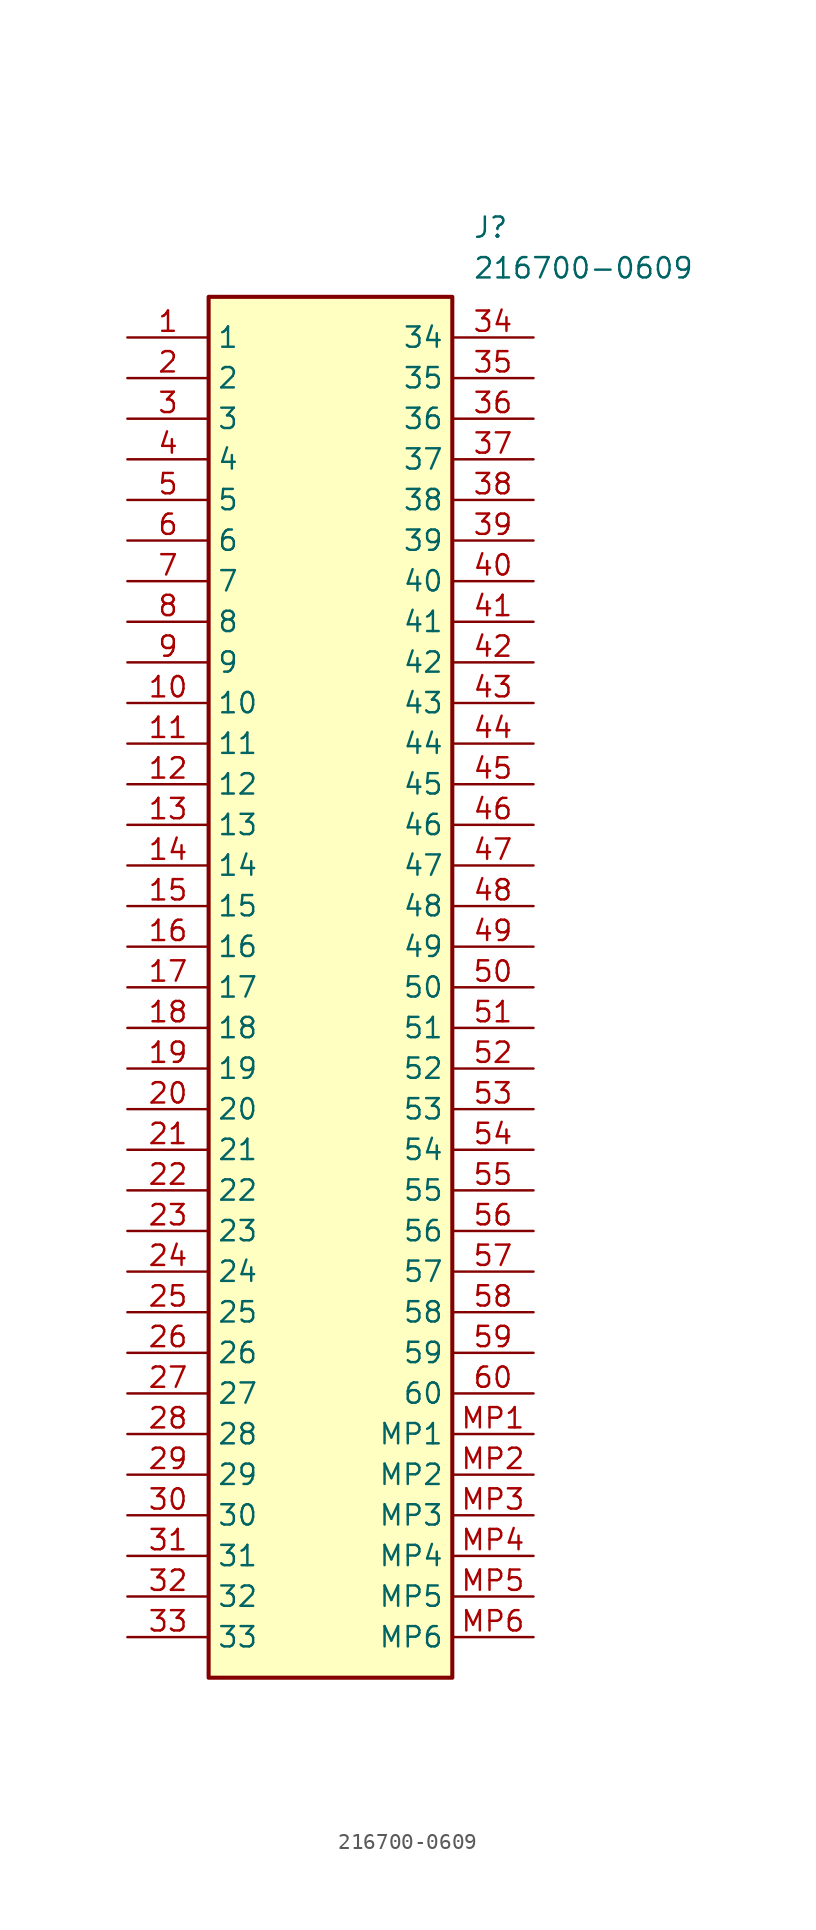
<source format=kicad_sym>
(kicad_symbol_lib
  (version 20211014)
  (generator SamacSys_ECAD_Model)
  (symbol "216700-0609"
    (property "Reference" "J"
      (at 21.59 7.62 0)
      (effects (font (size 1.27 1.27)) (justify left top)))
    (property "Value" "216700-0609"
      (at 21.59 5.08 0)
      (effects (font (size 1.27 1.27)) (justify left top)))
    (rectangle
      (start 5.08 2.54)
      (end 20.32 -83.82)
      (stroke (width 0.254) (type default))
      (fill (type background)))
    (pin passive line
      (at 0 0 0)
      (length 5.08)
      (name "1" (effects (font (size 1.27 1.27))))
      (number "1" (effects (font (size 1.27 1.27)))))
    (pin passive line
      (at 0 -2.54 0)
      (length 5.08)
      (name "2" (effects (font (size 1.27 1.27))))
      (number "2" (effects (font (size 1.27 1.27)))))
    (pin passive line
      (at 0 -5.08 0)
      (length 5.08)
      (name "3" (effects (font (size 1.27 1.27))))
      (number "3" (effects (font (size 1.27 1.27)))))
    (pin passive line
      (at 0 -7.62 0)
      (length 5.08)
      (name "4" (effects (font (size 1.27 1.27))))
      (number "4" (effects (font (size 1.27 1.27)))))
    (pin passive line
      (at 0 -10.16 0)
      (length 5.08)
      (name "5" (effects (font (size 1.27 1.27))))
      (number "5" (effects (font (size 1.27 1.27)))))
    (pin passive line
      (at 0 -12.7 0)
      (length 5.08)
      (name "6" (effects (font (size 1.27 1.27))))
      (number "6" (effects (font (size 1.27 1.27)))))
    (pin passive line
      (at 0 -15.24 0)
      (length 5.08)
      (name "7" (effects (font (size 1.27 1.27))))
      (number "7" (effects (font (size 1.27 1.27)))))
    (pin passive line
      (at 0 -17.78 0)
      (length 5.08)
      (name "8" (effects (font (size 1.27 1.27))))
      (number "8" (effects (font (size 1.27 1.27)))))
    (pin passive line
      (at 0 -20.32 0)
      (length 5.08)
      (name "9" (effects (font (size 1.27 1.27))))
      (number "9" (effects (font (size 1.27 1.27)))))
    (pin passive line
      (at 0 -22.86 0)
      (length 5.08)
      (name "10" (effects (font (size 1.27 1.27))))
      (number "10" (effects (font (size 1.27 1.27)))))
    (pin passive line
      (at 0 -25.4 0)
      (length 5.08)
      (name "11" (effects (font (size 1.27 1.27))))
      (number "11" (effects (font (size 1.27 1.27)))))
    (pin passive line
      (at 0 -27.94 0)
      (length 5.08)
      (name "12" (effects (font (size 1.27 1.27))))
      (number "12" (effects (font (size 1.27 1.27)))))
    (pin passive line
      (at 0 -30.48 0)
      (length 5.08)
      (name "13" (effects (font (size 1.27 1.27))))
      (number "13" (effects (font (size 1.27 1.27)))))
    (pin passive line
      (at 0 -33.02 0)
      (length 5.08)
      (name "14" (effects (font (size 1.27 1.27))))
      (number "14" (effects (font (size 1.27 1.27)))))
    (pin passive line
      (at 0 -35.56 0)
      (length 5.08)
      (name "15" (effects (font (size 1.27 1.27))))
      (number "15" (effects (font (size 1.27 1.27)))))
    (pin passive line
      (at 0 -38.1 0)
      (length 5.08)
      (name "16" (effects (font (size 1.27 1.27))))
      (number "16" (effects (font (size 1.27 1.27)))))
    (pin passive line
      (at 0 -40.64 0)
      (length 5.08)
      (name "17" (effects (font (size 1.27 1.27))))
      (number "17" (effects (font (size 1.27 1.27)))))
    (pin passive line
      (at 0 -43.18 0)
      (length 5.08)
      (name "18" (effects (font (size 1.27 1.27))))
      (number "18" (effects (font (size 1.27 1.27)))))
    (pin passive line
      (at 0 -45.72 0)
      (length 5.08)
      (name "19" (effects (font (size 1.27 1.27))))
      (number "19" (effects (font (size 1.27 1.27)))))
    (pin passive line
      (at 0 -48.26 0)
      (length 5.08)
      (name "20" (effects (font (size 1.27 1.27))))
      (number "20" (effects (font (size 1.27 1.27)))))
    (pin passive line
      (at 0 -50.8 0)
      (length 5.08)
      (name "21" (effects (font (size 1.27 1.27))))
      (number "21" (effects (font (size 1.27 1.27)))))
    (pin passive line
      (at 0 -53.34 0)
      (length 5.08)
      (name "22" (effects (font (size 1.27 1.27))))
      (number "22" (effects (font (size 1.27 1.27)))))
    (pin passive line
      (at 0 -55.88 0)
      (length 5.08)
      (name "23" (effects (font (size 1.27 1.27))))
      (number "23" (effects (font (size 1.27 1.27)))))
    (pin passive line
      (at 0 -58.42 0)
      (length 5.08)
      (name "24" (effects (font (size 1.27 1.27))))
      (number "24" (effects (font (size 1.27 1.27)))))
    (pin passive line
      (at 0 -60.96 0)
      (length 5.08)
      (name "25" (effects (font (size 1.27 1.27))))
      (number "25" (effects (font (size 1.27 1.27)))))
    (pin passive line
      (at 0 -63.5 0)
      (length 5.08)
      (name "26" (effects (font (size 1.27 1.27))))
      (number "26" (effects (font (size 1.27 1.27)))))
    (pin passive line
      (at 0 -66.04 0)
      (length 5.08)
      (name "27" (effects (font (size 1.27 1.27))))
      (number "27" (effects (font (size 1.27 1.27)))))
    (pin passive line
      (at 0 -68.58 0)
      (length 5.08)
      (name "28" (effects (font (size 1.27 1.27))))
      (number "28" (effects (font (size 1.27 1.27)))))
    (pin passive line
      (at 0 -71.12 0)
      (length 5.08)
      (name "29" (effects (font (size 1.27 1.27))))
      (number "29" (effects (font (size 1.27 1.27)))))
    (pin passive line
      (at 0 -73.66 0)
      (length 5.08)
      (name "30" (effects (font (size 1.27 1.27))))
      (number "30" (effects (font (size 1.27 1.27)))))
    (pin passive line
      (at 0 -76.2 0)
      (length 5.08)
      (name "31" (effects (font (size 1.27 1.27))))
      (number "31" (effects (font (size 1.27 1.27)))))
    (pin passive line
      (at 0 -78.74 0)
      (length 5.08)
      (name "32" (effects (font (size 1.27 1.27))))
      (number "32" (effects (font (size 1.27 1.27)))))
    (pin passive line
      (at 0 -81.28 0)
      (length 5.08)
      (name "33" (effects (font (size 1.27 1.27))))
      (number "33" (effects (font (size 1.27 1.27)))))
    (pin passive line
      (at 25.4 0 180)
      (length 5.08)
      (name "34" (effects (font (size 1.27 1.27))))
      (number "34" (effects (font (size 1.27 1.27)))))
    (pin passive line
      (at 25.4 -2.54 180)
      (length 5.08)
      (name "35" (effects (font (size 1.27 1.27))))
      (number "35" (effects (font (size 1.27 1.27)))))
    (pin passive line
      (at 25.4 -5.08 180)
      (length 5.08)
      (name "36" (effects (font (size 1.27 1.27))))
      (number "36" (effects (font (size 1.27 1.27)))))
    (pin passive line
      (at 25.4 -7.62 180)
      (length 5.08)
      (name "37" (effects (font (size 1.27 1.27))))
      (number "37" (effects (font (size 1.27 1.27)))))
    (pin passive line
      (at 25.4 -10.16 180)
      (length 5.08)
      (name "38" (effects (font (size 1.27 1.27))))
      (number "38" (effects (font (size 1.27 1.27)))))
    (pin passive line
      (at 25.4 -12.7 180)
      (length 5.08)
      (name "39" (effects (font (size 1.27 1.27))))
      (number "39" (effects (font (size 1.27 1.27)))))
    (pin passive line
      (at 25.4 -15.24 180)
      (length 5.08)
      (name "40" (effects (font (size 1.27 1.27))))
      (number "40" (effects (font (size 1.27 1.27)))))
    (pin passive line
      (at 25.4 -17.78 180)
      (length 5.08)
      (name "41" (effects (font (size 1.27 1.27))))
      (number "41" (effects (font (size 1.27 1.27)))))
    (pin passive line
      (at 25.4 -20.32 180)
      (length 5.08)
      (name "42" (effects (font (size 1.27 1.27))))
      (number "42" (effects (font (size 1.27 1.27)))))
    (pin passive line
      (at 25.4 -22.86 180)
      (length 5.08)
      (name "43" (effects (font (size 1.27 1.27))))
      (number "43" (effects (font (size 1.27 1.27)))))
    (pin passive line
      (at 25.4 -25.4 180)
      (length 5.08)
      (name "44" (effects (font (size 1.27 1.27))))
      (number "44" (effects (font (size 1.27 1.27)))))
    (pin passive line
      (at 25.4 -27.94 180)
      (length 5.08)
      (name "45" (effects (font (size 1.27 1.27))))
      (number "45" (effects (font (size 1.27 1.27)))))
    (pin passive line
      (at 25.4 -30.48 180)
      (length 5.08)
      (name "46" (effects (font (size 1.27 1.27))))
      (number "46" (effects (font (size 1.27 1.27)))))
    (pin passive line
      (at 25.4 -33.02 180)
      (length 5.08)
      (name "47" (effects (font (size 1.27 1.27))))
      (number "47" (effects (font (size 1.27 1.27)))))
    (pin passive line
      (at 25.4 -35.56 180)
      (length 5.08)
      (name "48" (effects (font (size 1.27 1.27))))
      (number "48" (effects (font (size 1.27 1.27)))))
    (pin passive line
      (at 25.4 -38.1 180)
      (length 5.08)
      (name "49" (effects (font (size 1.27 1.27))))
      (number "49" (effects (font (size 1.27 1.27)))))
    (pin passive line
      (at 25.4 -40.64 180)
      (length 5.08)
      (name "50" (effects (font (size 1.27 1.27))))
      (number "50" (effects (font (size 1.27 1.27)))))
    (pin passive line
      (at 25.4 -43.18 180)
      (length 5.08)
      (name "51" (effects (font (size 1.27 1.27))))
      (number "51" (effects (font (size 1.27 1.27)))))
    (pin passive line
      (at 25.4 -45.72 180)
      (length 5.08)
      (name "52" (effects (font (size 1.27 1.27))))
      (number "52" (effects (font (size 1.27 1.27)))))
    (pin passive line
      (at 25.4 -48.26 180)
      (length 5.08)
      (name "53" (effects (font (size 1.27 1.27))))
      (number "53" (effects (font (size 1.27 1.27)))))
    (pin passive line
      (at 25.4 -50.8 180)
      (length 5.08)
      (name "54" (effects (font (size 1.27 1.27))))
      (number "54" (effects (font (size 1.27 1.27)))))
    (pin passive line
      (at 25.4 -53.34 180)
      (length 5.08)
      (name "55" (effects (font (size 1.27 1.27))))
      (number "55" (effects (font (size 1.27 1.27)))))
    (pin passive line
      (at 25.4 -55.88 180)
      (length 5.08)
      (name "56" (effects (font (size 1.27 1.27))))
      (number "56" (effects (font (size 1.27 1.27)))))
    (pin passive line
      (at 25.4 -58.42 180)
      (length 5.08)
      (name "57" (effects (font (size 1.27 1.27))))
      (number "57" (effects (font (size 1.27 1.27)))))
    (pin passive line
      (at 25.4 -60.96 180)
      (length 5.08)
      (name "58" (effects (font (size 1.27 1.27))))
      (number "58" (effects (font (size 1.27 1.27)))))
    (pin passive line
      (at 25.4 -63.5 180)
      (length 5.08)
      (name "59" (effects (font (size 1.27 1.27))))
      (number "59" (effects (font (size 1.27 1.27)))))
    (pin passive line
      (at 25.4 -66.04 180)
      (length 5.08)
      (name "60" (effects (font (size 1.27 1.27))))
      (number "60" (effects (font (size 1.27 1.27)))))
    (pin passive line
      (at 25.4 -68.58 180)
      (length 5.08)
      (name "MP1" (effects (font (size 1.27 1.27))))
      (number "MP1" (effects (font (size 1.27 1.27)))))
    (pin passive line
      (at 25.4 -71.12 180)
      (length 5.08)
      (name "MP2" (effects (font (size 1.27 1.27))))
      (number "MP2" (effects (font (size 1.27 1.27)))))
    (pin passive line
      (at 25.4 -73.66 180)
      (length 5.08)
      (name "MP3" (effects (font (size 1.27 1.27))))
      (number "MP3" (effects (font (size 1.27 1.27)))))
    (pin passive line
      (at 25.4 -76.2 180)
      (length 5.08)
      (name "MP4" (effects (font (size 1.27 1.27))))
      (number "MP4" (effects (font (size 1.27 1.27)))))
    (pin passive line
      (at 25.4 -78.74 180)
      (length 5.08)
      (name "MP5" (effects (font (size 1.27 1.27))))
      (number "MP5" (effects (font (size 1.27 1.27)))))
    (pin passive line
      (at 25.4 -81.28 180)
      (length 5.08)
      (name "MP6" (effects (font (size 1.27 1.27))))
      (number "MP6" (effects (font (size 1.27 1.27)))))))
</source>
